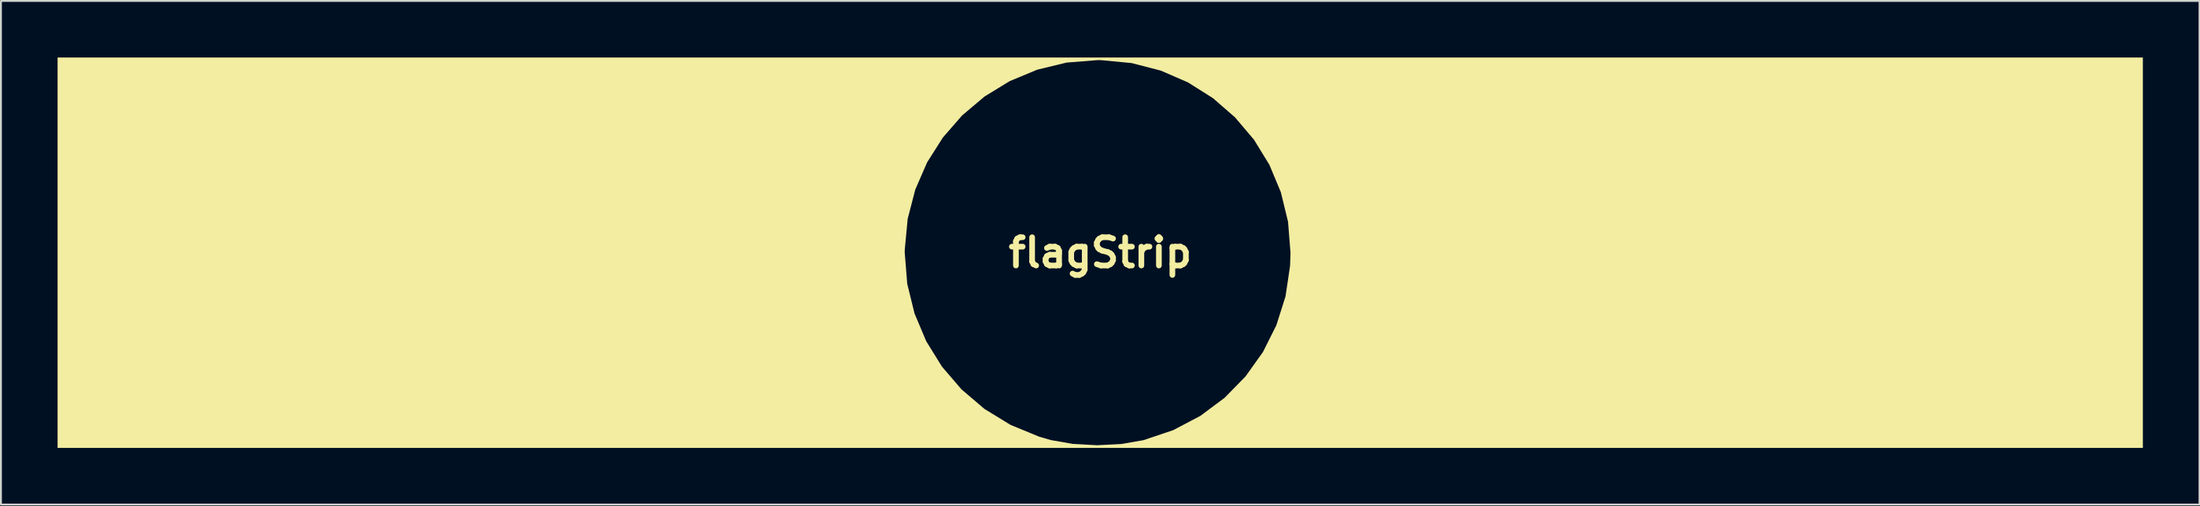
<source format=kicad_pcb>
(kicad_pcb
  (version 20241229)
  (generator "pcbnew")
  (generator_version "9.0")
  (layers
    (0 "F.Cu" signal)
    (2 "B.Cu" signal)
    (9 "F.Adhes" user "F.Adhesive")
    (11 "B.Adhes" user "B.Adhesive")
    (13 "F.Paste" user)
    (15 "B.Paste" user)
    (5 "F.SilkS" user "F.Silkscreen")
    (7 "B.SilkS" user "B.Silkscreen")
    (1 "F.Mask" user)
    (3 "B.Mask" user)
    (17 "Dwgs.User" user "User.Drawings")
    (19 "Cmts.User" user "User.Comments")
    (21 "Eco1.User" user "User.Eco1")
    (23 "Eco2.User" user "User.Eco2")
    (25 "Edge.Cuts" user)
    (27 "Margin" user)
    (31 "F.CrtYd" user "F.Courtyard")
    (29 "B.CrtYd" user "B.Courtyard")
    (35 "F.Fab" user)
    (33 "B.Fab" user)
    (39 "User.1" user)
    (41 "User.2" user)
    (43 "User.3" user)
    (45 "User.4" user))
  (footprint "flagStrip"
    (layer "F.Cu")
    (at 55.217 10.353)
    (property "Reference" "flagStrip" (at 0 0 0) (layer "F.SilkS") (effects (font (size 1.5 1.5) (thickness 0.3))))
    (attr board_only exclude_from_pos_files exclude_from_bom)
    (fp_poly (pts (xy 55.217 0) (xy 55.217 10.353) (xy 0 10.353) (xy -55.217 10.353) (xy -55.217 0) (xy -10.353 0) (xy -10.221 1.648) (xy -9.835 3.22) (xy -9.215 4.694) (xy -8.379 6.045) (xy -7.344 7.25) (xy -6.129 8.286) (xy -4.752 9.13) (xy -3.232 9.757) (xy -2.623 9.934) (xy -1.453 10.14) (xy -0.161 10.21) (xy 1.132 10.142) (xy 2.29 9.941) (xy 3.864 9.41) (xy 5.301 8.654) (xy 6.585 7.696) (xy 7.696 6.559) (xy 8.617 5.267) (xy 9.329 3.843) (xy 9.814 2.311) (xy 10.054 0.693) (xy 10.077 0) (xy 9.946 -1.645) (xy 9.567 -3.205) (xy 8.96 -4.661) (xy 8.145 -5.991) (xy 7.142 -7.176) (xy 5.972 -8.195) (xy 4.655 -9.029) (xy 3.211 -9.657) (xy 1.66 -10.059) (xy 0.022 -10.214) (xy -0.138 -10.215) (xy -1.783 -10.084) (xy -3.343 -9.705) (xy -4.799 -9.098) (xy -6.129 -8.283) (xy -7.314 -7.281) (xy -8.333 -6.11) (xy -9.167 -4.793) (xy -9.795 -3.349) (xy -10.197 -1.798) (xy -10.352 -0.16) (xy -10.353 0) (xy -55.217 0) (xy -55.217 -10.353) (xy 0 -10.353) (xy 55.217 -10.353)) (stroke (width 0) (type solid)) (fill yes) (layer "F.SilkS")))
  (gr_rect
    (start -3 -3)
    (end 113.435 23.707)
    (stroke (width 0.1) (type default))
    (fill no)
    (layer "Edge.Cuts")))
</source>
